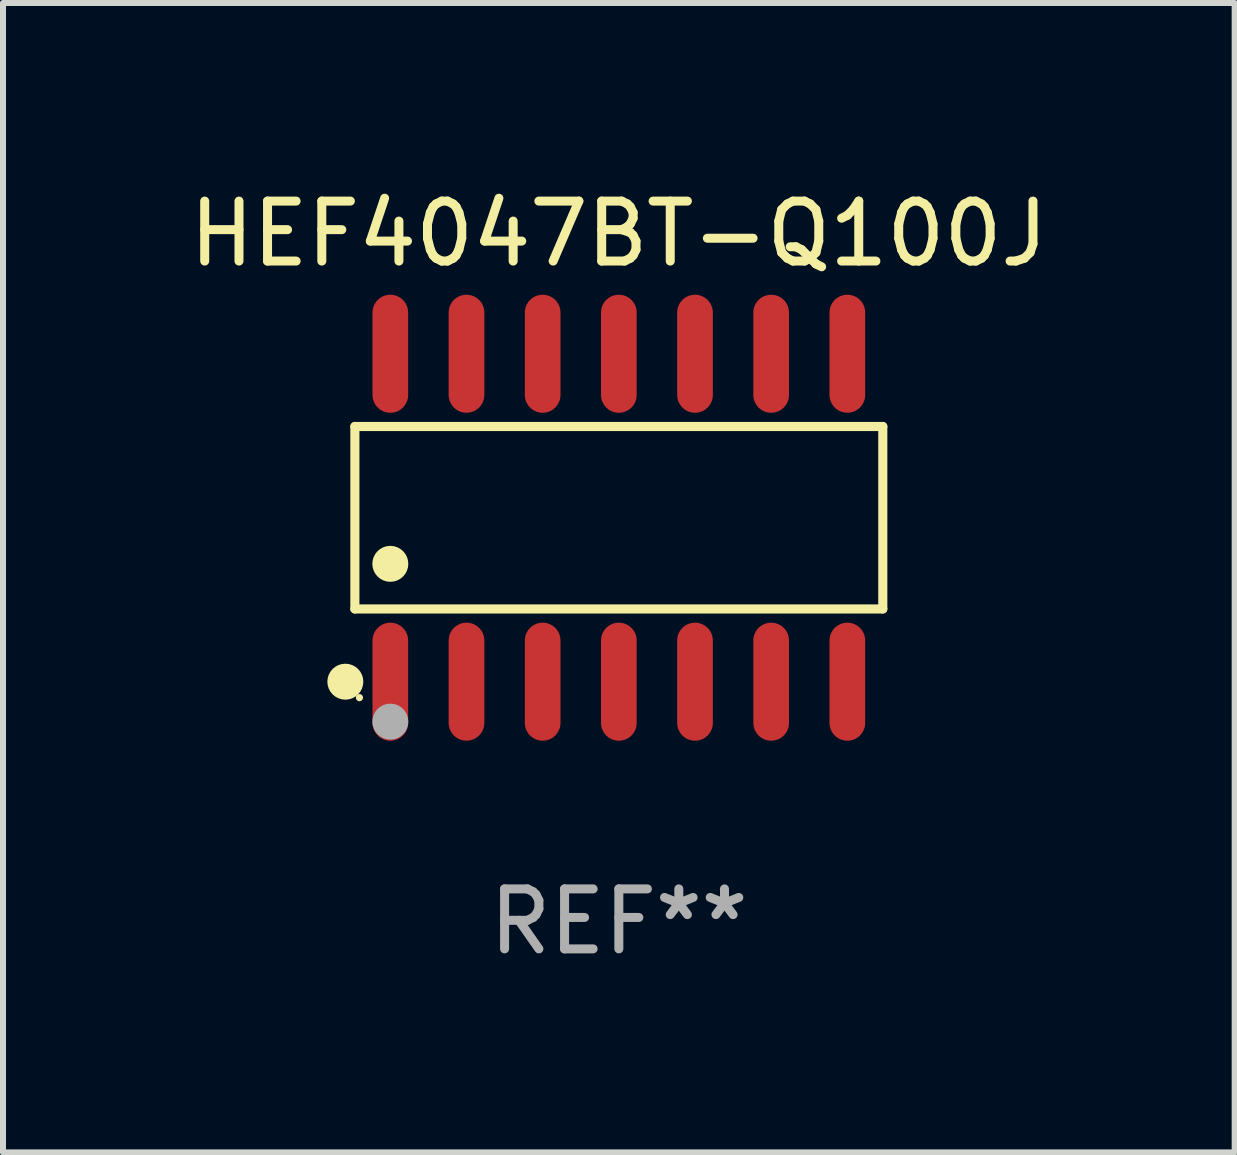
<source format=kicad_pcb>
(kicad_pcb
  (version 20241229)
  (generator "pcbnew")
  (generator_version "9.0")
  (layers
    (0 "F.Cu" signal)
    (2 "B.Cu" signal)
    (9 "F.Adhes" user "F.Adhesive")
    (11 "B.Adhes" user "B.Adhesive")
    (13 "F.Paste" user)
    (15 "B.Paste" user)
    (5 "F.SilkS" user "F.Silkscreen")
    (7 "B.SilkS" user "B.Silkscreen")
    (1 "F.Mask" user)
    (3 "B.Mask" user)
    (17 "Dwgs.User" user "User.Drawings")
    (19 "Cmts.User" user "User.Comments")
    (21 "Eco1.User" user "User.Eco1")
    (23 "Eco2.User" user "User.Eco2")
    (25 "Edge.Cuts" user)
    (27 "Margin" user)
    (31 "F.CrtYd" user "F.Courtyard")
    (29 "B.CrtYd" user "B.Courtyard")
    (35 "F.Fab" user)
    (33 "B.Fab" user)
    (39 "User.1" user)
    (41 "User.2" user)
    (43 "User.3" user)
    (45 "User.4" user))
  (footprint "HEF4047BT-Q100J"
    (layer "F.Cu")
    (at 7.268 5.582)
    (property "Reference" "HEF4047BT-Q100J" (at 0 -4.734 0) (layer "F.SilkS") (effects (font (size 1 1) (thickness 0.15))))
    (attr through_hole)
    (fp_line (start -4.401 -1.521) (end 4.401 -1.521) (stroke (width 0.152) (type solid)) (layer "F.SilkS"))
    (fp_line (start -4.401 1.521) (end -4.401 -1.521) (stroke (width 0.152) (type solid)) (layer "F.SilkS"))
    (fp_line (start 4.401 -1.521) (end 4.401 1.521) (stroke (width 0.152) (type solid)) (layer "F.SilkS"))
    (fp_line (start 4.401 1.521) (end -4.401 1.521) (stroke (width 0.152) (type solid)) (layer "F.SilkS"))
    (fp_circle (center -4.56 2.734) (end -4.41 2.734) (stroke (width 0.3) (type solid)) (fill no) (layer "F.SilkS"))
    (fp_circle (center -4.325 3) (end -4.295 3) (stroke (width 0.06) (type solid)) (fill no) (layer "F.SilkS"))
    (fp_circle (center -3.81 0.769) (end -3.66 0.769) (stroke (width 0.3) (type solid)) (fill no) (layer "F.SilkS"))
    (fp_circle (center -3.81 3.4) (end -3.66 3.4) (stroke (width 0.3) (type solid)) (fill no) (layer "F.Fab"))
    (fp_text user "REF**" (at 0 6.734 0) (layer "F.Fab") (effects (font (size 1 1) (thickness 0.15))))
    (pad "1" smd oval (at -3.81 2.734) (size 0.595 1.968) (layers "F.Cu" "F.Mask" "F.Paste"))
    (pad "2" smd oval (at -2.54 2.734) (size 0.595 1.968) (layers "F.Cu" "F.Mask" "F.Paste"))
    (pad "3" smd oval (at -1.27 2.734) (size 0.595 1.968) (layers "F.Cu" "F.Mask" "F.Paste"))
    (pad "4" smd oval (at 0 2.734) (size 0.595 1.968) (layers "F.Cu" "F.Mask" "F.Paste"))
    (pad "5" smd oval (at 1.27 2.734) (size 0.595 1.968) (layers "F.Cu" "F.Mask" "F.Paste"))
    (pad "6" smd oval (at 2.54 2.734) (size 0.595 1.968) (layers "F.Cu" "F.Mask" "F.Paste"))
    (pad "7" smd oval (at 3.81 2.734) (size 0.595 1.968) (layers "F.Cu" "F.Mask" "F.Paste"))
    (pad "8" smd oval (at 3.81 -2.734) (size 0.595 1.968) (layers "F.Cu" "F.Mask" "F.Paste"))
    (pad "9" smd oval (at 2.54 -2.734) (size 0.595 1.968) (layers "F.Cu" "F.Mask" "F.Paste"))
    (pad "10" smd oval (at 1.27 -2.734) (size 0.595 1.968) (layers "F.Cu" "F.Mask" "F.Paste"))
    (pad "11" smd oval (at 0 -2.734) (size 0.595 1.968) (layers "F.Cu" "F.Mask" "F.Paste"))
    (pad "12" smd oval (at -1.27 -2.734) (size 0.595 1.968) (layers "F.Cu" "F.Mask" "F.Paste"))
    (pad "13" smd oval (at -2.54 -2.734) (size 0.595 1.968) (layers "F.Cu" "F.Mask" "F.Paste"))
    (pad "14" smd oval (at -3.81 -2.734) (size 0.595 1.968) (layers "F.Cu" "F.Mask" "F.Paste")))
  (gr_rect
    (start -3 -3)
    (end 17.536 16.164)
    (stroke (width 0.1) (type default))
    (fill no)
    (layer "Edge.Cuts")))
</source>
